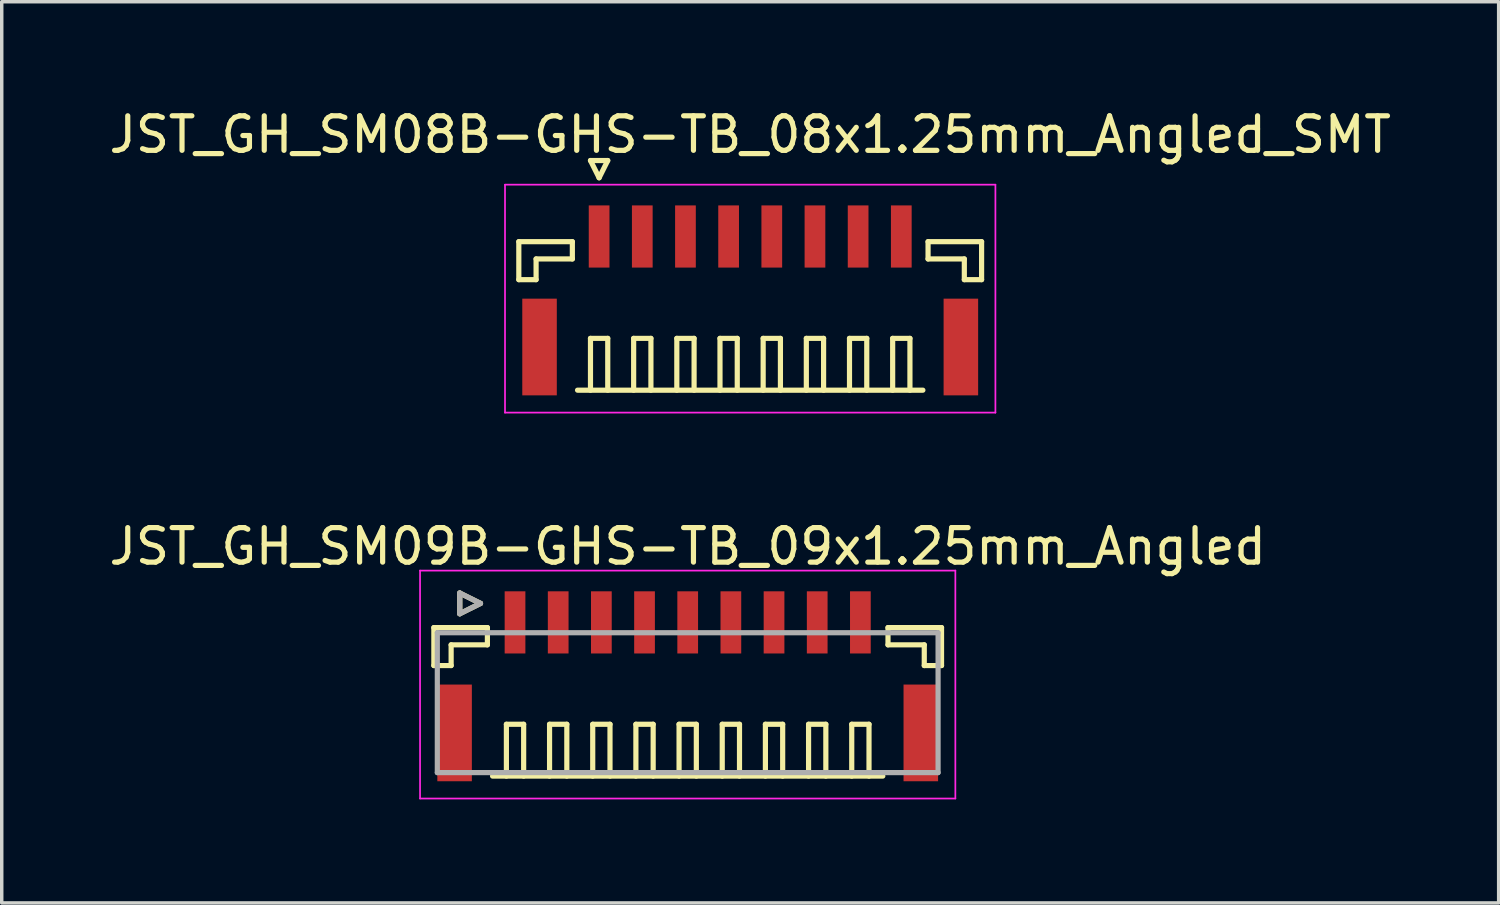
<source format=kicad_pcb>
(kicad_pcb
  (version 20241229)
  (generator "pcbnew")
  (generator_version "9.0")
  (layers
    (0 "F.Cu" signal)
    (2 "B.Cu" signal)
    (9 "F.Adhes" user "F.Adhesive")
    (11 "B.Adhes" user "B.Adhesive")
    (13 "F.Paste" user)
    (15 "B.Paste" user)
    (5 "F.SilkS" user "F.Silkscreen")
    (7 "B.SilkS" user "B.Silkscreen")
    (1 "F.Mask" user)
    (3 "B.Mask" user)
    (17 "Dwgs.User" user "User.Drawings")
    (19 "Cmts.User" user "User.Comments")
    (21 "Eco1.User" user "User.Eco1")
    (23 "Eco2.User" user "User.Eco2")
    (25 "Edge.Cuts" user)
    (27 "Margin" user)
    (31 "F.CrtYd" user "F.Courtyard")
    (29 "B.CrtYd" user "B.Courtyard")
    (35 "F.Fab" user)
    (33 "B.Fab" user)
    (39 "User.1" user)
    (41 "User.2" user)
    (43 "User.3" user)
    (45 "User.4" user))
  (footprint "JST_GH_SM09B-GHS-TB_09x1.25mm_Angled"
    (layer "F.Cu")
    (at 16.863 16.572)
    (property "Reference" "JST_GH_SM09B-GHS-TB_09x1.25mm_Angled" (at 0 -3.8 0) (layer "F.SilkS") (effects (font (size 1 1) (thickness 0.15))))
    (attr smd)
    (fp_line (start -7.35 -1.45) (end -5.8 -1.45) (stroke (width 0.15) (type solid)) (layer "F.SilkS"))
    (fp_line (start -7.35 -0.35) (end -7.35 -1.45) (stroke (width 0.15) (type solid)) (layer "F.SilkS"))
    (fp_line (start -6.85 -0.95) (end -6.85 -0.35) (stroke (width 0.15) (type solid)) (layer "F.SilkS"))
    (fp_line (start -6.85 -0.35) (end -7.35 -0.35) (stroke (width 0.15) (type solid)) (layer "F.SilkS"))
    (fp_line (start -6.6 -2.45) (end -6.6 -1.85) (stroke (width 0.15) (type solid)) (layer "F.SilkS"))
    (fp_line (start -6.6 -1.85) (end -6 -2.15) (stroke (width 0.15) (type solid)) (layer "F.SilkS"))
    (fp_line (start -6 -2.15) (end -6.6 -2.45) (stroke (width 0.15) (type solid)) (layer "F.SilkS"))
    (fp_line (start -5.8 -1.45) (end -5.8 -0.95) (stroke (width 0.15) (type solid)) (layer "F.SilkS"))
    (fp_line (start -5.8 -0.95) (end -6.85 -0.95) (stroke (width 0.15) (type solid)) (layer "F.SilkS"))
    (fp_line (start -5.65 2.85) (end 5.65 2.85) (stroke (width 0.15) (type solid)) (layer "F.SilkS"))
    (fp_line (start -5.25 1.35) (end -4.75 1.35) (stroke (width 0.15) (type solid)) (layer "F.SilkS"))
    (fp_line (start -5.25 2.85) (end -5.25 1.35) (stroke (width 0.15) (type solid)) (layer "F.SilkS"))
    (fp_line (start -4.75 1.35) (end -4.75 2.85) (stroke (width 0.15) (type solid)) (layer "F.SilkS"))
    (fp_line (start -4 1.35) (end -3.5 1.35) (stroke (width 0.15) (type solid)) (layer "F.SilkS"))
    (fp_line (start -4 2.85) (end -4 1.35) (stroke (width 0.15) (type solid)) (layer "F.SilkS"))
    (fp_line (start -3.5 1.35) (end -3.5 2.85) (stroke (width 0.15) (type solid)) (layer "F.SilkS"))
    (fp_line (start -2.75 1.35) (end -2.25 1.35) (stroke (width 0.15) (type solid)) (layer "F.SilkS"))
    (fp_line (start -2.75 2.85) (end -2.75 1.35) (stroke (width 0.15) (type solid)) (layer "F.SilkS"))
    (fp_line (start -2.25 1.35) (end -2.25 2.85) (stroke (width 0.15) (type solid)) (layer "F.SilkS"))
    (fp_line (start -1.5 1.35) (end -1 1.35) (stroke (width 0.15) (type solid)) (layer "F.SilkS"))
    (fp_line (start -1.5 2.85) (end -1.5 1.35) (stroke (width 0.15) (type solid)) (layer "F.SilkS"))
    (fp_line (start -1 1.35) (end -1 2.85) (stroke (width 0.15) (type solid)) (layer "F.SilkS"))
    (fp_line (start -0.25 1.35) (end 0.25 1.35) (stroke (width 0.15) (type solid)) (layer "F.SilkS"))
    (fp_line (start -0.25 2.85) (end -0.25 1.35) (stroke (width 0.15) (type solid)) (layer "F.SilkS"))
    (fp_line (start 0.25 1.35) (end 0.25 2.85) (stroke (width 0.15) (type solid)) (layer "F.SilkS"))
    (fp_line (start 1 1.35) (end 1.5 1.35) (stroke (width 0.15) (type solid)) (layer "F.SilkS"))
    (fp_line (start 1 2.85) (end 1 1.35) (stroke (width 0.15) (type solid)) (layer "F.SilkS"))
    (fp_line (start 1.5 1.35) (end 1.5 2.85) (stroke (width 0.15) (type solid)) (layer "F.SilkS"))
    (fp_line (start 2.25 1.35) (end 2.75 1.35) (stroke (width 0.15) (type solid)) (layer "F.SilkS"))
    (fp_line (start 2.25 2.85) (end 2.25 1.35) (stroke (width 0.15) (type solid)) (layer "F.SilkS"))
    (fp_line (start 2.75 1.35) (end 2.75 2.85) (stroke (width 0.15) (type solid)) (layer "F.SilkS"))
    (fp_line (start 3.5 1.35) (end 4 1.35) (stroke (width 0.15) (type solid)) (layer "F.SilkS"))
    (fp_line (start 3.5 2.85) (end 3.5 1.35) (stroke (width 0.15) (type solid)) (layer "F.SilkS"))
    (fp_line (start 4 1.35) (end 4 2.85) (stroke (width 0.15) (type solid)) (layer "F.SilkS"))
    (fp_line (start 4.75 1.35) (end 5.25 1.35) (stroke (width 0.15) (type solid)) (layer "F.SilkS"))
    (fp_line (start 4.75 2.85) (end 4.75 1.35) (stroke (width 0.15) (type solid)) (layer "F.SilkS"))
    (fp_line (start 5.25 1.35) (end 5.25 2.85) (stroke (width 0.15) (type solid)) (layer "F.SilkS"))
    (fp_line (start 5.8 -1.45) (end 5.8 -0.95) (stroke (width 0.15) (type solid)) (layer "F.SilkS"))
    (fp_line (start 5.8 -0.95) (end 6.85 -0.95) (stroke (width 0.15) (type solid)) (layer "F.SilkS"))
    (fp_line (start 6.85 -0.95) (end 6.85 -0.35) (stroke (width 0.15) (type solid)) (layer "F.SilkS"))
    (fp_line (start 6.85 -0.35) (end 7.35 -0.35) (stroke (width 0.15) (type solid)) (layer "F.SilkS"))
    (fp_line (start 7.35 -1.45) (end 5.8 -1.45) (stroke (width 0.15) (type solid)) (layer "F.SilkS"))
    (fp_line (start 7.35 -0.35) (end 7.35 -1.45) (stroke (width 0.15) (type solid)) (layer "F.SilkS"))
    (fp_line (start -7.75 -3.1) (end -7.75 3.5) (stroke (width 0.05) (type solid)) (layer "F.CrtYd"))
    (fp_line (start -7.75 3.5) (end 7.75 3.5) (stroke (width 0.05) (type solid)) (layer "F.CrtYd"))
    (fp_line (start 7.75 -3.1) (end -7.75 -3.1) (stroke (width 0.05) (type solid)) (layer "F.CrtYd"))
    (fp_line (start 7.75 3.5) (end 7.75 -3.1) (stroke (width 0.05) (type solid)) (layer "F.CrtYd"))
    (fp_line (start -7.25 -1.3) (end -7.25 2.75) (stroke (width 0.15) (type solid)) (layer "F.Fab"))
    (fp_line (start -7.25 2.75) (end 7.25 2.75) (stroke (width 0.15) (type solid)) (layer "F.Fab"))
    (fp_line (start -6.6 -2.45) (end -6.6 -1.85) (stroke (width 0.15) (type solid)) (layer "F.Fab"))
    (fp_line (start -6.6 -1.85) (end -6 -2.15) (stroke (width 0.15) (type solid)) (layer "F.Fab"))
    (fp_line (start -6 -2.15) (end -6.6 -2.45) (stroke (width 0.15) (type solid)) (layer "F.Fab"))
    (fp_line (start 7.25 -1.3) (end -7.25 -1.3) (stroke (width 0.15) (type solid)) (layer "F.Fab"))
    (fp_line (start 7.25 2.75) (end 7.25 -1.3) (stroke (width 0.15) (type solid)) (layer "F.Fab"))
    (pad "" smd rect (at -6.75 1.6) (size 1 2.8) (layers "F.Cu" "F.Mask" "F.Paste"))
    (pad "" smd rect (at 6.75 1.6) (size 1 2.8) (layers "F.Cu" "F.Mask" "F.Paste"))
    (pad "1" smd rect (at -5 -1.6) (size 0.6 1.8) (layers "F.Cu" "F.Mask" "F.Paste"))
    (pad "2" smd rect (at -3.75 -1.6) (size 0.6 1.8) (layers "F.Cu" "F.Mask" "F.Paste"))
    (pad "3" smd rect (at -2.5 -1.6) (size 0.6 1.8) (layers "F.Cu" "F.Mask" "F.Paste"))
    (pad "4" smd rect (at -1.25 -1.6) (size 0.6 1.8) (layers "F.Cu" "F.Mask" "F.Paste"))
    (pad "5" smd rect (at 0 -1.6) (size 0.6 1.8) (layers "F.Cu" "F.Mask" "F.Paste"))
    (pad "6" smd rect (at 1.25 -1.6) (size 0.6 1.8) (layers "F.Cu" "F.Mask" "F.Paste"))
    (pad "7" smd rect (at 2.5 -1.6) (size 0.6 1.8) (layers "F.Cu" "F.Mask" "F.Paste"))
    (pad "8" smd rect (at 3.75 -1.6) (size 0.6 1.8) (layers "F.Cu" "F.Mask" "F.Paste"))
    (pad "9" smd rect (at 5 -1.6) (size 0.6 1.8) (layers "F.Cu" "F.Mask" "F.Paste")))
  (footprint "JST_GH_SM08B-GHS-TB_08x1.25mm_Angled_SMT"
    (layer "F.Cu")
    (at 18.673 5.398)
    (property "Reference" "JST_GH_SM08B-GHS-TB_08x1.25mm_Angled_SMT" (at 0 -4.55 0) (layer "F.SilkS") (effects (font (size 1 1) (thickness 0.15))))
    (attr smd)
    (fp_line (start -6.7 -1.45) (end -5.15 -1.45) (stroke (width 0.15) (type solid)) (layer "F.SilkS"))
    (fp_line (start -6.7 -0.35) (end -6.7 -1.45) (stroke (width 0.15) (type solid)) (layer "F.SilkS"))
    (fp_line (start -6.2 -0.95) (end -6.2 -0.35) (stroke (width 0.15) (type solid)) (layer "F.SilkS"))
    (fp_line (start -6.2 -0.35) (end -6.7 -0.35) (stroke (width 0.15) (type solid)) (layer "F.SilkS"))
    (fp_line (start -5.15 -1.45) (end -5.15 -0.95) (stroke (width 0.15) (type solid)) (layer "F.SilkS"))
    (fp_line (start -5.15 -0.95) (end -6.2 -0.95) (stroke (width 0.15) (type solid)) (layer "F.SilkS"))
    (fp_line (start -5 2.85) (end 5 2.85) (stroke (width 0.15) (type solid)) (layer "F.SilkS"))
    (fp_line (start -4.625 -3.8) (end -4.125 -3.8) (stroke (width 0.15) (type solid)) (layer "F.SilkS"))
    (fp_line (start -4.625 1.35) (end -4.125 1.35) (stroke (width 0.15) (type solid)) (layer "F.SilkS"))
    (fp_line (start -4.625 2.85) (end -4.625 1.35) (stroke (width 0.15) (type solid)) (layer "F.SilkS"))
    (fp_line (start -4.375 -3.3) (end -4.625 -3.8) (stroke (width 0.15) (type solid)) (layer "F.SilkS"))
    (fp_line (start -4.125 -3.8) (end -4.375 -3.3) (stroke (width 0.15) (type solid)) (layer "F.SilkS"))
    (fp_line (start -4.125 1.35) (end -4.125 2.85) (stroke (width 0.15) (type solid)) (layer "F.SilkS"))
    (fp_line (start -3.375 1.35) (end -2.875 1.35) (stroke (width 0.15) (type solid)) (layer "F.SilkS"))
    (fp_line (start -3.375 2.85) (end -3.375 1.35) (stroke (width 0.15) (type solid)) (layer "F.SilkS"))
    (fp_line (start -2.875 1.35) (end -2.875 2.85) (stroke (width 0.15) (type solid)) (layer "F.SilkS"))
    (fp_line (start -2.125 1.35) (end -1.625 1.35) (stroke (width 0.15) (type solid)) (layer "F.SilkS"))
    (fp_line (start -2.125 2.85) (end -2.125 1.35) (stroke (width 0.15) (type solid)) (layer "F.SilkS"))
    (fp_line (start -1.625 1.35) (end -1.625 2.85) (stroke (width 0.15) (type solid)) (layer "F.SilkS"))
    (fp_line (start -0.875 1.35) (end -0.375 1.35) (stroke (width 0.15) (type solid)) (layer "F.SilkS"))
    (fp_line (start -0.875 2.85) (end -0.875 1.35) (stroke (width 0.15) (type solid)) (layer "F.SilkS"))
    (fp_line (start -0.375 1.35) (end -0.375 2.85) (stroke (width 0.15) (type solid)) (layer "F.SilkS"))
    (fp_line (start 0.375 1.35) (end 0.875 1.35) (stroke (width 0.15) (type solid)) (layer "F.SilkS"))
    (fp_line (start 0.375 2.85) (end 0.375 1.35) (stroke (width 0.15) (type solid)) (layer "F.SilkS"))
    (fp_line (start 0.875 1.35) (end 0.875 2.85) (stroke (width 0.15) (type solid)) (layer "F.SilkS"))
    (fp_line (start 1.625 1.35) (end 2.125 1.35) (stroke (width 0.15) (type solid)) (layer "F.SilkS"))
    (fp_line (start 1.625 2.85) (end 1.625 1.35) (stroke (width 0.15) (type solid)) (layer "F.SilkS"))
    (fp_line (start 2.125 1.35) (end 2.125 2.85) (stroke (width 0.15) (type solid)) (layer "F.SilkS"))
    (fp_line (start 2.875 1.35) (end 3.375 1.35) (stroke (width 0.15) (type solid)) (layer "F.SilkS"))
    (fp_line (start 2.875 2.85) (end 2.875 1.35) (stroke (width 0.15) (type solid)) (layer "F.SilkS"))
    (fp_line (start 3.375 1.35) (end 3.375 2.85) (stroke (width 0.15) (type solid)) (layer "F.SilkS"))
    (fp_line (start 4.125 1.35) (end 4.625 1.35) (stroke (width 0.15) (type solid)) (layer "F.SilkS"))
    (fp_line (start 4.125 2.85) (end 4.125 1.35) (stroke (width 0.15) (type solid)) (layer "F.SilkS"))
    (fp_line (start 4.625 1.35) (end 4.625 2.85) (stroke (width 0.15) (type solid)) (layer "F.SilkS"))
    (fp_line (start 5.15 -1.45) (end 5.15 -0.95) (stroke (width 0.15) (type solid)) (layer "F.SilkS"))
    (fp_line (start 5.15 -0.95) (end 6.2 -0.95) (stroke (width 0.15) (type solid)) (layer "F.SilkS"))
    (fp_line (start 6.2 -0.95) (end 6.2 -0.35) (stroke (width 0.15) (type solid)) (layer "F.SilkS"))
    (fp_line (start 6.2 -0.35) (end 6.7 -0.35) (stroke (width 0.15) (type solid)) (layer "F.SilkS"))
    (fp_line (start 6.7 -1.45) (end 5.15 -1.45) (stroke (width 0.15) (type solid)) (layer "F.SilkS"))
    (fp_line (start 6.7 -0.35) (end 6.7 -1.45) (stroke (width 0.15) (type solid)) (layer "F.SilkS"))
    (fp_line (start -7.1 -3.1) (end -7.1 3.5) (stroke (width 0.05) (type solid)) (layer "F.CrtYd"))
    (fp_line (start -7.1 3.5) (end 7.1 3.5) (stroke (width 0.05) (type solid)) (layer "F.CrtYd"))
    (fp_line (start 7.1 -3.1) (end -7.1 -3.1) (stroke (width 0.05) (type solid)) (layer "F.CrtYd"))
    (fp_line (start 7.1 3.5) (end 7.1 -3.1) (stroke (width 0.05) (type solid)) (layer "F.CrtYd"))
    (pad "" smd rect (at -6.1 1.6) (size 1 2.8) (layers "F.Cu" "F.Mask" "F.Paste"))
    (pad "" smd rect (at 6.1 1.6) (size 1 2.8) (layers "F.Cu" "F.Mask" "F.Paste"))
    (pad "1" smd rect (at -4.375 -1.6) (size 0.6 1.8) (layers "F.Cu" "F.Mask" "F.Paste"))
    (pad "2" smd rect (at -3.125 -1.6) (size 0.6 1.8) (layers "F.Cu" "F.Mask" "F.Paste"))
    (pad "3" smd rect (at -1.875 -1.6) (size 0.6 1.8) (layers "F.Cu" "F.Mask" "F.Paste"))
    (pad "4" smd rect (at -0.625 -1.6) (size 0.6 1.8) (layers "F.Cu" "F.Mask" "F.Paste"))
    (pad "5" smd rect (at 0.625 -1.6) (size 0.6 1.8) (layers "F.Cu" "F.Mask" "F.Paste"))
    (pad "6" smd rect (at 1.875 -1.6) (size 0.6 1.8) (layers "F.Cu" "F.Mask" "F.Paste"))
    (pad "7" smd rect (at 3.125 -1.6) (size 0.6 1.8) (layers "F.Cu" "F.Mask" "F.Paste"))
    (pad "8" smd rect (at 4.375 -1.6) (size 0.6 1.8) (layers "F.Cu" "F.Mask" "F.Paste")))
  (gr_rect
    (start -3 -3)
    (end 40.345 23.096)
    (stroke (width 0.1) (type default))
    (fill no)
    (layer "Edge.Cuts")))
</source>
